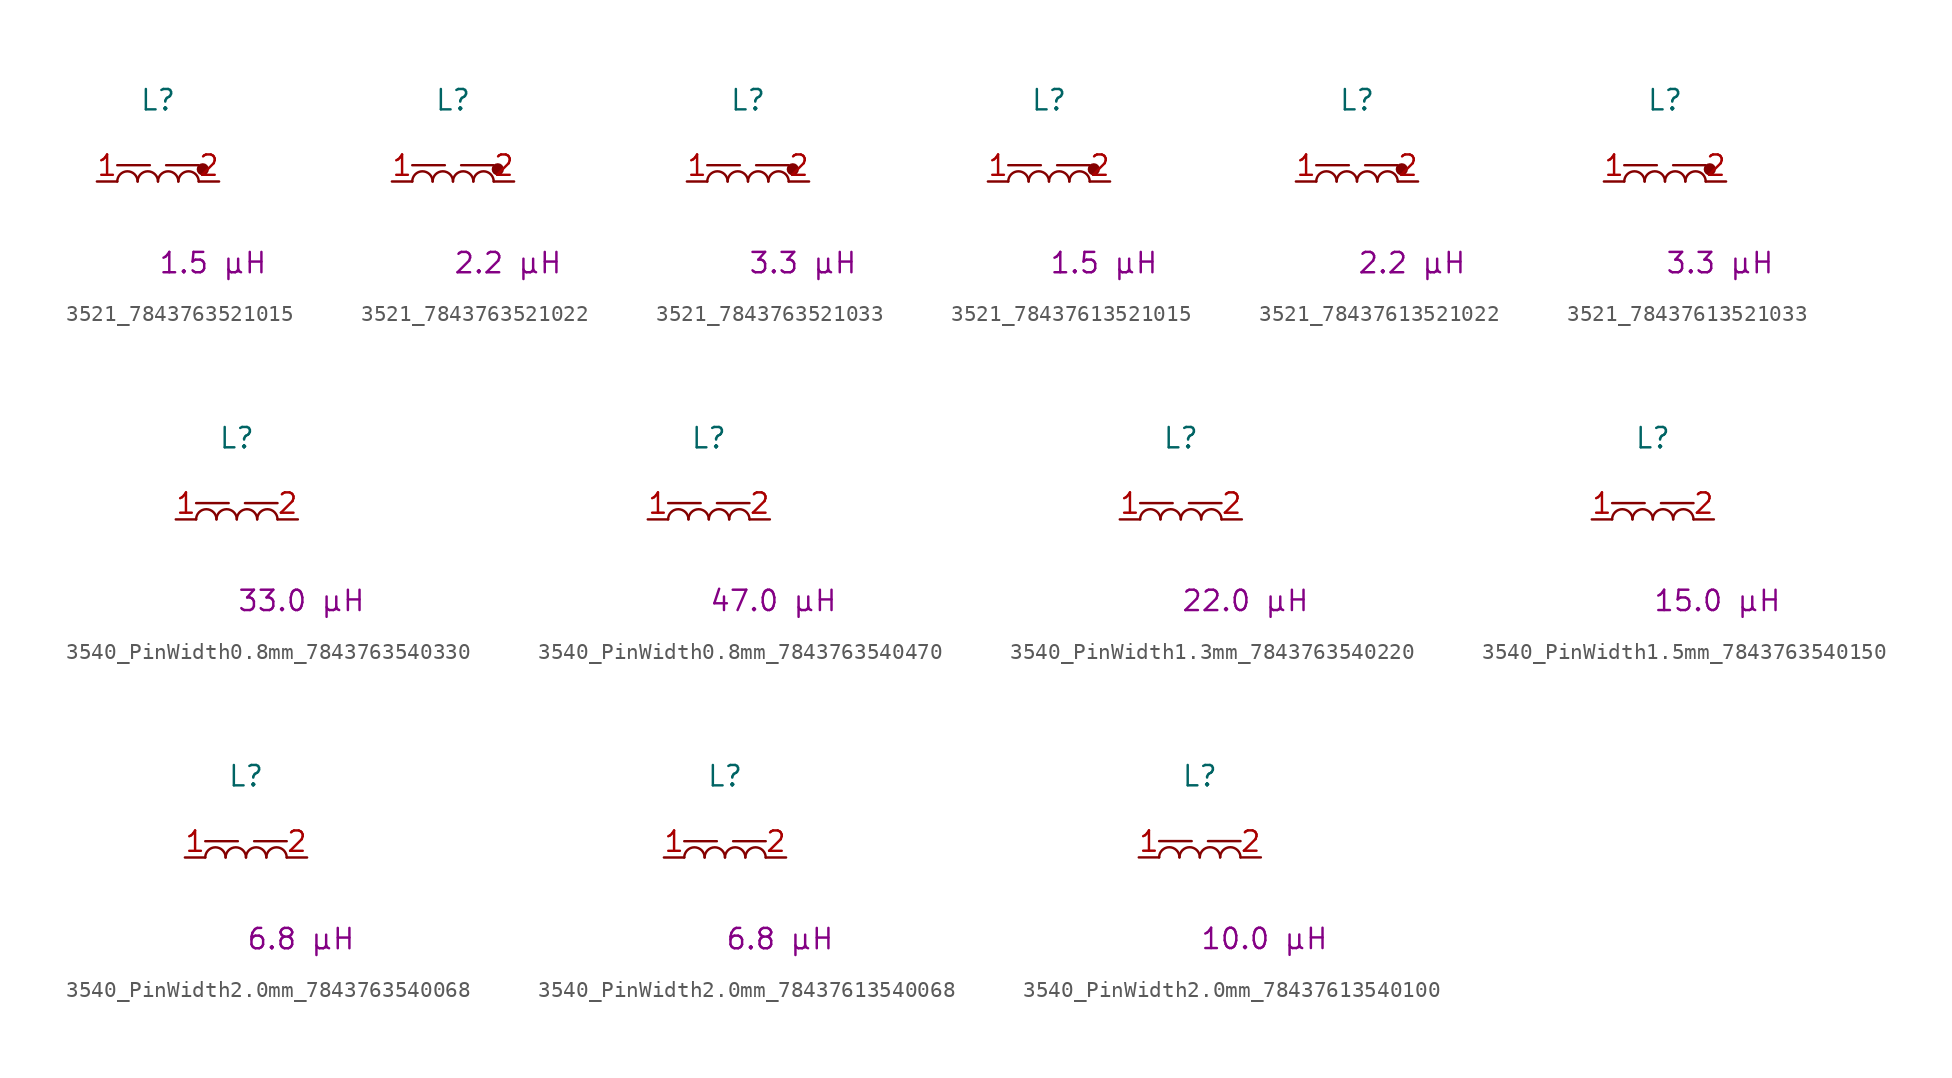
<source format=kicad_sym>
(kicad_symbol_lib
  (version 20220914)
  (generator kicad_symbol_editor)
  (symbol "3521_7843763521015"
    (pin_names hide)
    (property "Reference" "L"
      (at 0 5.08 0)
      (effects (font (size 1.27 1.27))))
    (property "Critical Parameter" "1.5 µH"
      (at 0 -5.08 0)
      (effects (font (size 1.27 1.27)) (justify left)))
    (symbol "3521_7843763521015_0_1"
      (arc (start -1.27 0) (mid -1.905 0.6323) (end -2.54 0) (stroke (width 0) (type default)) (fill (type none)))
      (arc (start 0 0) (mid -0.635 0.6323) (end -1.27 0) (stroke (width 0) (type default)) (fill (type none)))
      (polyline (pts (xy -2.54 1.016) (xy -0.508 1.016)) (stroke (width 0) (type default)) (fill (type none)))
      (arc (start 1.27 0) (mid 0.635 0.6323) (end 0 0) (stroke (width 0) (type default)) (fill (type none)))
      (arc (start 2.54 0) (mid 1.905 0.6323) (end 1.27 0) (stroke (width 0) (type default)) (fill (type none))))
    (symbol "3521_7843763521015_1_1"
      (polyline (pts (xy 2.54 1.016) (xy 0.508 1.016)) (stroke (width 0) (type default)) (fill (type none)))
      (circle (center 2.794 0.762) (radius 0.0001) (stroke (width 0.381) (type default)) (fill (type none)))
      (pin passive line (at -3.81 0 0) (length 1.27) (name "1" (effects (font (size 1.27 1.27)))) (number "1" (effects (font (size 1.27 1.27)))))
      (pin passive line (at 3.81 0 180) (length 1.27) (name "2" (effects (font (size 1.27 1.27)))) (number "2" (effects (font (size 1.27 1.27)))))))
  (symbol "3521_7843763521022"
    (pin_names hide)
    (property "Reference" "L"
      (at 0 5.08 0)
      (effects (font (size 1.27 1.27))))
    (property "Critical Parameter" "2.2 µH"
      (at 0 -5.08 0)
      (effects (font (size 1.27 1.27)) (justify left)))
    (symbol "3521_7843763521022_0_1"
      (arc (start -1.27 0) (mid -1.905 0.6323) (end -2.54 0) (stroke (width 0) (type default)) (fill (type none)))
      (arc (start 0 0) (mid -0.635 0.6323) (end -1.27 0) (stroke (width 0) (type default)) (fill (type none)))
      (polyline (pts (xy -2.54 1.016) (xy -0.508 1.016)) (stroke (width 0) (type default)) (fill (type none)))
      (arc (start 1.27 0) (mid 0.635 0.6323) (end 0 0) (stroke (width 0) (type default)) (fill (type none)))
      (arc (start 2.54 0) (mid 1.905 0.6323) (end 1.27 0) (stroke (width 0) (type default)) (fill (type none))))
    (symbol "3521_7843763521022_1_1"
      (polyline (pts (xy 2.54 1.016) (xy 0.508 1.016)) (stroke (width 0) (type default)) (fill (type none)))
      (circle (center 2.794 0.762) (radius 0.0001) (stroke (width 0.381) (type default)) (fill (type none)))
      (pin passive line (at -3.81 0 0) (length 1.27) (name "1" (effects (font (size 1.27 1.27)))) (number "1" (effects (font (size 1.27 1.27)))))
      (pin passive line (at 3.81 0 180) (length 1.27) (name "2" (effects (font (size 1.27 1.27)))) (number "2" (effects (font (size 1.27 1.27)))))))
  (symbol "3521_7843763521033"
    (pin_names hide)
    (property "Reference" "L"
      (at 0 5.08 0)
      (effects (font (size 1.27 1.27))))
    (property "Critical Parameter" "3.3 µH"
      (at 0 -5.08 0)
      (effects (font (size 1.27 1.27)) (justify left)))
    (symbol "3521_7843763521033_0_1"
      (arc (start -1.27 0) (mid -1.905 0.6323) (end -2.54 0) (stroke (width 0) (type default)) (fill (type none)))
      (arc (start 0 0) (mid -0.635 0.6323) (end -1.27 0) (stroke (width 0) (type default)) (fill (type none)))
      (polyline (pts (xy -2.54 1.016) (xy -0.508 1.016)) (stroke (width 0) (type default)) (fill (type none)))
      (arc (start 1.27 0) (mid 0.635 0.6323) (end 0 0) (stroke (width 0) (type default)) (fill (type none)))
      (arc (start 2.54 0) (mid 1.905 0.6323) (end 1.27 0) (stroke (width 0) (type default)) (fill (type none))))
    (symbol "3521_7843763521033_1_1"
      (polyline (pts (xy 2.54 1.016) (xy 0.508 1.016)) (stroke (width 0) (type default)) (fill (type none)))
      (circle (center 2.794 0.762) (radius 0.0001) (stroke (width 0.381) (type default)) (fill (type none)))
      (pin passive line (at -3.81 0 0) (length 1.27) (name "1" (effects (font (size 1.27 1.27)))) (number "1" (effects (font (size 1.27 1.27)))))
      (pin passive line (at 3.81 0 180) (length 1.27) (name "2" (effects (font (size 1.27 1.27)))) (number "2" (effects (font (size 1.27 1.27)))))))
  (symbol "3521_78437613521015"
    (pin_names hide)
    (property "Reference" "L"
      (at 0 5.08 0)
      (effects (font (size 1.27 1.27))))
    (property "Critical Parameter" "1.5 µH"
      (at 0 -5.08 0)
      (effects (font (size 1.27 1.27)) (justify left)))
    (symbol "3521_78437613521015_0_1"
      (arc (start -1.27 0) (mid -1.905 0.6323) (end -2.54 0) (stroke (width 0) (type default)) (fill (type none)))
      (arc (start 0 0) (mid -0.635 0.6323) (end -1.27 0) (stroke (width 0) (type default)) (fill (type none)))
      (polyline (pts (xy -2.54 1.016) (xy -0.508 1.016)) (stroke (width 0) (type default)) (fill (type none)))
      (arc (start 1.27 0) (mid 0.635 0.6323) (end 0 0) (stroke (width 0) (type default)) (fill (type none)))
      (arc (start 2.54 0) (mid 1.905 0.6323) (end 1.27 0) (stroke (width 0) (type default)) (fill (type none))))
    (symbol "3521_78437613521015_1_1"
      (polyline (pts (xy 2.54 1.016) (xy 0.508 1.016)) (stroke (width 0) (type default)) (fill (type none)))
      (circle (center 2.794 0.762) (radius 0.0001) (stroke (width 0.381) (type default)) (fill (type none)))
      (pin passive line (at -3.81 0 0) (length 1.27) (name "1" (effects (font (size 1.27 1.27)))) (number "1" (effects (font (size 1.27 1.27)))))
      (pin passive line (at 3.81 0 180) (length 1.27) (name "2" (effects (font (size 1.27 1.27)))) (number "2" (effects (font (size 1.27 1.27)))))))
  (symbol "3521_78437613521022"
    (pin_names hide)
    (property "Reference" "L"
      (at 0 5.08 0)
      (effects (font (size 1.27 1.27))))
    (property "Critical Parameter" "2.2 µH"
      (at 0 -5.08 0)
      (effects (font (size 1.27 1.27)) (justify left)))
    (symbol "3521_78437613521022_0_1"
      (arc (start -1.27 0) (mid -1.905 0.6323) (end -2.54 0) (stroke (width 0) (type default)) (fill (type none)))
      (arc (start 0 0) (mid -0.635 0.6323) (end -1.27 0) (stroke (width 0) (type default)) (fill (type none)))
      (polyline (pts (xy -2.54 1.016) (xy -0.508 1.016)) (stroke (width 0) (type default)) (fill (type none)))
      (arc (start 1.27 0) (mid 0.635 0.6323) (end 0 0) (stroke (width 0) (type default)) (fill (type none)))
      (arc (start 2.54 0) (mid 1.905 0.6323) (end 1.27 0) (stroke (width 0) (type default)) (fill (type none))))
    (symbol "3521_78437613521022_1_1"
      (polyline (pts (xy 2.54 1.016) (xy 0.508 1.016)) (stroke (width 0) (type default)) (fill (type none)))
      (circle (center 2.794 0.762) (radius 0.0001) (stroke (width 0.381) (type default)) (fill (type none)))
      (pin passive line (at -3.81 0 0) (length 1.27) (name "1" (effects (font (size 1.27 1.27)))) (number "1" (effects (font (size 1.27 1.27)))))
      (pin passive line (at 3.81 0 180) (length 1.27) (name "2" (effects (font (size 1.27 1.27)))) (number "2" (effects (font (size 1.27 1.27)))))))
  (symbol "3521_78437613521033"
    (pin_names hide)
    (property "Reference" "L"
      (at 0 5.08 0)
      (effects (font (size 1.27 1.27))))
    (property "Critical Parameter" "3.3 µH"
      (at 0 -5.08 0)
      (effects (font (size 1.27 1.27)) (justify left)))
    (symbol "3521_78437613521033_0_1"
      (arc (start -1.27 0) (mid -1.905 0.6323) (end -2.54 0) (stroke (width 0) (type default)) (fill (type none)))
      (arc (start 0 0) (mid -0.635 0.6323) (end -1.27 0) (stroke (width 0) (type default)) (fill (type none)))
      (polyline (pts (xy -2.54 1.016) (xy -0.508 1.016)) (stroke (width 0) (type default)) (fill (type none)))
      (arc (start 1.27 0) (mid 0.635 0.6323) (end 0 0) (stroke (width 0) (type default)) (fill (type none)))
      (arc (start 2.54 0) (mid 1.905 0.6323) (end 1.27 0) (stroke (width 0) (type default)) (fill (type none))))
    (symbol "3521_78437613521033_1_1"
      (polyline (pts (xy 2.54 1.016) (xy 0.508 1.016)) (stroke (width 0) (type default)) (fill (type none)))
      (circle (center 2.794 0.762) (radius 0.0001) (stroke (width 0.381) (type default)) (fill (type none)))
      (pin passive line (at -3.81 0 0) (length 1.27) (name "1" (effects (font (size 1.27 1.27)))) (number "1" (effects (font (size 1.27 1.27)))))
      (pin passive line (at 3.81 0 180) (length 1.27) (name "2" (effects (font (size 1.27 1.27)))) (number "2" (effects (font (size 1.27 1.27)))))))
  (symbol "3540_PinWidth0.8mm_7843763540330"
    (pin_names hide)
    (property "Reference" "L"
      (at 0 5.08 0)
      (effects (font (size 1.27 1.27))))
    (property "Critical Parameter" "33.0 µH"
      (at 0 -5.08 0)
      (effects (font (size 1.27 1.27)) (justify left)))
    (symbol "3540_PinWidth0.8mm_7843763540330_0_1"
      (arc (start -1.27 0) (mid -1.905 0.6323) (end -2.54 0) (stroke (width 0) (type default)) (fill (type none)))
      (arc (start 0 0) (mid -0.635 0.6323) (end -1.27 0) (stroke (width 0) (type default)) (fill (type none)))
      (polyline (pts (xy -2.54 1.016) (xy -0.508 1.016)) (stroke (width 0) (type default)) (fill (type none)))
      (arc (start 1.27 0) (mid 0.635 0.6323) (end 0 0) (stroke (width 0) (type default)) (fill (type none)))
      (arc (start 2.54 0) (mid 1.905 0.6323) (end 1.27 0) (stroke (width 0) (type default)) (fill (type none))))
    (symbol "3540_PinWidth0.8mm_7843763540330_1_1"
      (polyline (pts (xy 2.54 1.016) (xy 0.508 1.016)) (stroke (width 0) (type default)) (fill (type none)))
      (pin passive line (at -3.81 0 0) (length 1.27) (name "1" (effects (font (size 1.27 1.27)))) (number "1" (effects (font (size 1.27 1.27)))))
      (pin passive line (at 3.81 0 180) (length 1.27) (name "2" (effects (font (size 1.27 1.27)))) (number "2" (effects (font (size 1.27 1.27)))))))
  (symbol "3540_PinWidth0.8mm_7843763540470"
    (pin_names hide)
    (property "Reference" "L"
      (at 0 5.08 0)
      (effects (font (size 1.27 1.27))))
    (property "Critical Parameter" "47.0 µH"
      (at 0 -5.08 0)
      (effects (font (size 1.27 1.27)) (justify left)))
    (symbol "3540_PinWidth0.8mm_7843763540470_0_1"
      (arc (start -1.27 0) (mid -1.905 0.6323) (end -2.54 0) (stroke (width 0) (type default)) (fill (type none)))
      (arc (start 0 0) (mid -0.635 0.6323) (end -1.27 0) (stroke (width 0) (type default)) (fill (type none)))
      (polyline (pts (xy -2.54 1.016) (xy -0.508 1.016)) (stroke (width 0) (type default)) (fill (type none)))
      (arc (start 1.27 0) (mid 0.635 0.6323) (end 0 0) (stroke (width 0) (type default)) (fill (type none)))
      (arc (start 2.54 0) (mid 1.905 0.6323) (end 1.27 0) (stroke (width 0) (type default)) (fill (type none))))
    (symbol "3540_PinWidth0.8mm_7843763540470_1_1"
      (polyline (pts (xy 2.54 1.016) (xy 0.508 1.016)) (stroke (width 0) (type default)) (fill (type none)))
      (pin passive line (at -3.81 0 0) (length 1.27) (name "1" (effects (font (size 1.27 1.27)))) (number "1" (effects (font (size 1.27 1.27)))))
      (pin passive line (at 3.81 0 180) (length 1.27) (name "2" (effects (font (size 1.27 1.27)))) (number "2" (effects (font (size 1.27 1.27)))))))
  (symbol "3540_PinWidth1.3mm_7843763540220"
    (pin_names hide)
    (property "Reference" "L"
      (at 0 5.08 0)
      (effects (font (size 1.27 1.27))))
    (property "Critical Parameter" "22.0 µH"
      (at 0 -5.08 0)
      (effects (font (size 1.27 1.27)) (justify left)))
    (symbol "3540_PinWidth1.3mm_7843763540220_0_1"
      (arc (start -1.27 0) (mid -1.905 0.6323) (end -2.54 0) (stroke (width 0) (type default)) (fill (type none)))
      (arc (start 0 0) (mid -0.635 0.6323) (end -1.27 0) (stroke (width 0) (type default)) (fill (type none)))
      (polyline (pts (xy -2.54 1.016) (xy -0.508 1.016)) (stroke (width 0) (type default)) (fill (type none)))
      (arc (start 1.27 0) (mid 0.635 0.6323) (end 0 0) (stroke (width 0) (type default)) (fill (type none)))
      (arc (start 2.54 0) (mid 1.905 0.6323) (end 1.27 0) (stroke (width 0) (type default)) (fill (type none))))
    (symbol "3540_PinWidth1.3mm_7843763540220_1_1"
      (polyline (pts (xy 2.54 1.016) (xy 0.508 1.016)) (stroke (width 0) (type default)) (fill (type none)))
      (pin passive line (at -3.81 0 0) (length 1.27) (name "1" (effects (font (size 1.27 1.27)))) (number "1" (effects (font (size 1.27 1.27)))))
      (pin passive line (at 3.81 0 180) (length 1.27) (name "2" (effects (font (size 1.27 1.27)))) (number "2" (effects (font (size 1.27 1.27)))))))
  (symbol "3540_PinWidth1.5mm_7843763540150"
    (pin_names hide)
    (property "Reference" "L"
      (at 0 5.08 0)
      (effects (font (size 1.27 1.27))))
    (property "Critical Parameter" "15.0 µH"
      (at 0 -5.08 0)
      (effects (font (size 1.27 1.27)) (justify left)))
    (symbol "3540_PinWidth1.5mm_7843763540150_0_1"
      (arc (start -1.27 0) (mid -1.905 0.6323) (end -2.54 0) (stroke (width 0) (type default)) (fill (type none)))
      (arc (start 0 0) (mid -0.635 0.6323) (end -1.27 0) (stroke (width 0) (type default)) (fill (type none)))
      (polyline (pts (xy -2.54 1.016) (xy -0.508 1.016)) (stroke (width 0) (type default)) (fill (type none)))
      (arc (start 1.27 0) (mid 0.635 0.6323) (end 0 0) (stroke (width 0) (type default)) (fill (type none)))
      (arc (start 2.54 0) (mid 1.905 0.6323) (end 1.27 0) (stroke (width 0) (type default)) (fill (type none))))
    (symbol "3540_PinWidth1.5mm_7843763540150_1_1"
      (polyline (pts (xy 2.54 1.016) (xy 0.508 1.016)) (stroke (width 0) (type default)) (fill (type none)))
      (pin passive line (at -3.81 0 0) (length 1.27) (name "1" (effects (font (size 1.27 1.27)))) (number "1" (effects (font (size 1.27 1.27)))))
      (pin passive line (at 3.81 0 180) (length 1.27) (name "2" (effects (font (size 1.27 1.27)))) (number "2" (effects (font (size 1.27 1.27)))))))
  (symbol "3540_PinWidth2.0mm_7843763540068"
    (pin_names hide)
    (property "Reference" "L"
      (at 0 5.08 0)
      (effects (font (size 1.27 1.27))))
    (property "Critical Parameter" "6.8 µH"
      (at 0 -5.08 0)
      (effects (font (size 1.27 1.27)) (justify left)))
    (symbol "3540_PinWidth2.0mm_7843763540068_0_1"
      (arc (start -1.27 0) (mid -1.905 0.6323) (end -2.54 0) (stroke (width 0) (type default)) (fill (type none)))
      (arc (start 0 0) (mid -0.635 0.6323) (end -1.27 0) (stroke (width 0) (type default)) (fill (type none)))
      (polyline (pts (xy -2.54 1.016) (xy -0.508 1.016)) (stroke (width 0) (type default)) (fill (type none)))
      (arc (start 1.27 0) (mid 0.635 0.6323) (end 0 0) (stroke (width 0) (type default)) (fill (type none)))
      (arc (start 2.54 0) (mid 1.905 0.6323) (end 1.27 0) (stroke (width 0) (type default)) (fill (type none))))
    (symbol "3540_PinWidth2.0mm_7843763540068_1_1"
      (polyline (pts (xy 2.54 1.016) (xy 0.508 1.016)) (stroke (width 0) (type default)) (fill (type none)))
      (pin passive line (at -3.81 0 0) (length 1.27) (name "1" (effects (font (size 1.27 1.27)))) (number "1" (effects (font (size 1.27 1.27)))))
      (pin passive line (at 3.81 0 180) (length 1.27) (name "2" (effects (font (size 1.27 1.27)))) (number "2" (effects (font (size 1.27 1.27)))))))
  (symbol "3540_PinWidth2.0mm_78437613540068"
    (pin_names hide)
    (property "Reference" "L"
      (at 0 5.08 0)
      (effects (font (size 1.27 1.27))))
    (property "Critical Parameter" "6.8 µH"
      (at 0 -5.08 0)
      (effects (font (size 1.27 1.27)) (justify left)))
    (symbol "3540_PinWidth2.0mm_78437613540068_0_1"
      (arc (start -1.27 0) (mid -1.905 0.6323) (end -2.54 0) (stroke (width 0) (type default)) (fill (type none)))
      (arc (start 0 0) (mid -0.635 0.6323) (end -1.27 0) (stroke (width 0) (type default)) (fill (type none)))
      (polyline (pts (xy -2.54 1.016) (xy -0.508 1.016)) (stroke (width 0) (type default)) (fill (type none)))
      (arc (start 1.27 0) (mid 0.635 0.6323) (end 0 0) (stroke (width 0) (type default)) (fill (type none)))
      (arc (start 2.54 0) (mid 1.905 0.6323) (end 1.27 0) (stroke (width 0) (type default)) (fill (type none))))
    (symbol "3540_PinWidth2.0mm_78437613540068_1_1"
      (polyline (pts (xy 2.54 1.016) (xy 0.508 1.016)) (stroke (width 0) (type default)) (fill (type none)))
      (pin passive line (at -3.81 0 0) (length 1.27) (name "1" (effects (font (size 1.27 1.27)))) (number "1" (effects (font (size 1.27 1.27)))))
      (pin passive line (at 3.81 0 180) (length 1.27) (name "2" (effects (font (size 1.27 1.27)))) (number "2" (effects (font (size 1.27 1.27)))))))
  (symbol "3540_PinWidth2.0mm_78437613540100"
    (pin_names hide)
    (property "Reference" "L"
      (at 0 5.08 0)
      (effects (font (size 1.27 1.27))))
    (property "Critical Parameter" "10.0 µH"
      (at 0 -5.08 0)
      (effects (font (size 1.27 1.27)) (justify left)))
    (symbol "3540_PinWidth2.0mm_78437613540100_0_1"
      (arc (start -1.27 0) (mid -1.905 0.6323) (end -2.54 0) (stroke (width 0) (type default)) (fill (type none)))
      (arc (start 0 0) (mid -0.635 0.6323) (end -1.27 0) (stroke (width 0) (type default)) (fill (type none)))
      (polyline (pts (xy -2.54 1.016) (xy -0.508 1.016)) (stroke (width 0) (type default)) (fill (type none)))
      (arc (start 1.27 0) (mid 0.635 0.6323) (end 0 0) (stroke (width 0) (type default)) (fill (type none)))
      (arc (start 2.54 0) (mid 1.905 0.6323) (end 1.27 0) (stroke (width 0) (type default)) (fill (type none))))
    (symbol "3540_PinWidth2.0mm_78437613540100_1_1"
      (polyline (pts (xy 2.54 1.016) (xy 0.508 1.016)) (stroke (width 0) (type default)) (fill (type none)))
      (pin passive line (at -3.81 0 0) (length 1.27) (name "1" (effects (font (size 1.27 1.27)))) (number "1" (effects (font (size 1.27 1.27)))))
      (pin passive line (at 3.81 0 180) (length 1.27) (name "2" (effects (font (size 1.27 1.27)))) (number "2" (effects (font (size 1.27 1.27))))))))
</source>
